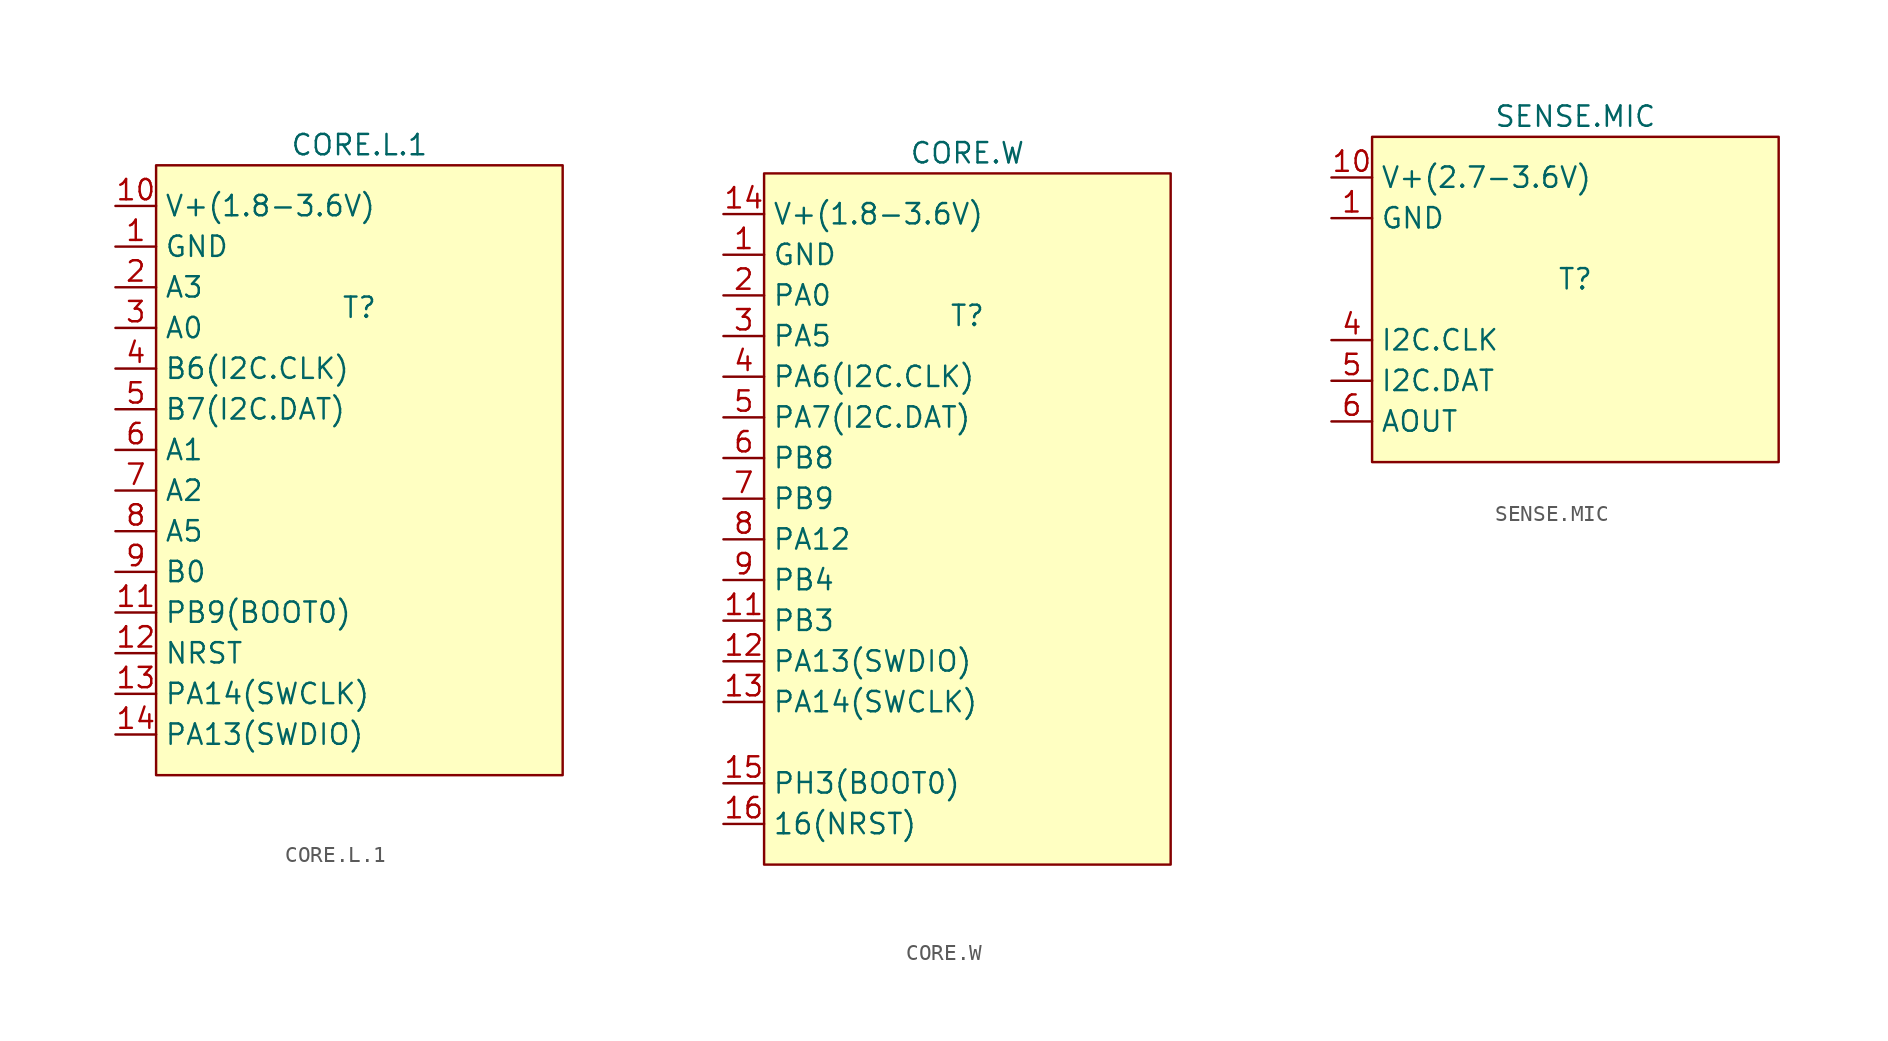
<source format=kicad_sym>
(kicad_symbol_lib
  (version 20241209)
  (generator "kicad_symbol_editor")
  (generator_version "9.0")
  (symbol "CORE.L.1"
    (property "Reference" "T"
      (at 0 0 0)
      (effects (font (size 1.27 1.27))))
    (property "Value" "CORE.L.1"
      (at 0 10.16 0)
      (effects (font (size 1.27 1.27))))
    (symbol "CORE.L.1_1_1"
      (rectangle (start -12.7 8.89) (end 12.7 -29.21) (stroke (width 0) (type solid)) (fill (type background)))
      (pin power_in line (at -15.24 6.35 0) (length 2.54) (name "V+(1.8-3.6V)" (effects (font (size 1.27 1.27)))) (number "10" (effects (font (size 1.27 1.27)))))
      (pin power_in line (at -15.24 3.81 0) (length 2.54) (name "GND" (effects (font (size 1.27 1.27)))) (number "1" (effects (font (size 1.27 1.27)))))
      (pin bidirectional line (at -15.24 1.27 0) (length 2.54) (name "A3" (effects (font (size 1.27 1.27)))) (number "2" (effects (font (size 1.27 1.27)))))
      (pin bidirectional line (at -15.24 -1.27 0) (length 2.54) (name "A0" (effects (font (size 1.27 1.27)))) (number "3" (effects (font (size 1.27 1.27)))))
      (pin bidirectional line (at -15.24 -3.81 0) (length 2.54) (name "B6(I2C.CLK)" (effects (font (size 1.27 1.27)))) (number "4" (effects (font (size 1.27 1.27)))))
      (pin bidirectional line (at -15.24 -6.35 0) (length 2.54) (name "B7(I2C.DAT)" (effects (font (size 1.27 1.27)))) (number "5" (effects (font (size 1.27 1.27)))))
      (pin bidirectional line (at -15.24 -8.89 0) (length 2.54) (name "A1" (effects (font (size 1.27 1.27)))) (number "6" (effects (font (size 1.27 1.27)))))
      (pin bidirectional line (at -15.24 -11.43 0) (length 2.54) (name "A2" (effects (font (size 1.27 1.27)))) (number "7" (effects (font (size 1.27 1.27)))))
      (pin bidirectional line (at -15.24 -13.97 0) (length 2.54) (name "A5" (effects (font (size 1.27 1.27)))) (number "8" (effects (font (size 1.27 1.27)))))
      (pin bidirectional line (at -15.24 -16.51 0) (length 2.54) (name "B0" (effects (font (size 1.27 1.27)))) (number "9" (effects (font (size 1.27 1.27)))))
      (pin bidirectional line (at -15.24 -19.05 0) (length 2.54) (name "PB9(BOOT0)" (effects (font (size 1.27 1.27)))) (number "11" (effects (font (size 1.27 1.27)))))
      (pin input line (at -15.24 -21.59 0) (length 2.54) (name "NRST" (effects (font (size 1.27 1.27)))) (number "12" (effects (font (size 1.27 1.27)))))
      (pin bidirectional line (at -15.24 -24.13 0) (length 2.54) (name "PA14(SWCLK)" (effects (font (size 1.27 1.27)))) (number "13" (effects (font (size 1.27 1.27)))))
      (pin bidirectional line (at -15.24 -26.67 0) (length 2.54) (name "PA13(SWDIO)" (effects (font (size 1.27 1.27)))) (number "14" (effects (font (size 1.27 1.27)))))))
  (symbol "CORE.W"
    (property "Reference" "T"
      (at 0 0 0)
      (effects (font (size 1.27 1.27))))
    (property "Value" "CORE.W"
      (at 0 10.16 0)
      (effects (font (size 1.27 1.27))))
    (symbol "CORE.W_1_1"
      (rectangle (start -12.7 8.89) (end 12.7 -34.29) (stroke (width 0) (type solid)) (fill (type background)))
      (pin power_in line (at -15.24 6.35 0) (length 2.54) (name "V+(1.8-3.6V)" (effects (font (size 1.27 1.27)))) (number "14" (effects (font (size 1.27 1.27)))))
      (pin power_in line (at -15.24 3.81 0) (length 2.54) (name "GND" (effects (font (size 1.27 1.27)))) (number "1" (effects (font (size 1.27 1.27)))))
      (pin bidirectional line (at -15.24 1.27 0) (length 2.54) (name "PA0" (effects (font (size 1.27 1.27)))) (number "2" (effects (font (size 1.27 1.27)))))
      (pin bidirectional line (at -15.24 -1.27 0) (length 2.54) (name "PA5" (effects (font (size 1.27 1.27)))) (number "3" (effects (font (size 1.27 1.27)))))
      (pin bidirectional line (at -15.24 -3.81 0) (length 2.54) (name "PA6(I2C.CLK)" (effects (font (size 1.27 1.27)))) (number "4" (effects (font (size 1.27 1.27)))))
      (pin bidirectional line (at -15.24 -6.35 0) (length 2.54) (name "PA7(I2C.DAT)" (effects (font (size 1.27 1.27)))) (number "5" (effects (font (size 1.27 1.27)))))
      (pin bidirectional line (at -15.24 -8.89 0) (length 2.54) (name "PB8" (effects (font (size 1.27 1.27)))) (number "6" (effects (font (size 1.27 1.27)))))
      (pin bidirectional line (at -15.24 -11.43 0) (length 2.54) (name "PB9" (effects (font (size 1.27 1.27)))) (number "7" (effects (font (size 1.27 1.27)))))
      (pin bidirectional line (at -15.24 -13.97 0) (length 2.54) (name "PA12" (effects (font (size 1.27 1.27)))) (number "8" (effects (font (size 1.27 1.27)))))
      (pin bidirectional line (at -15.24 -16.51 0) (length 2.54) (name "PB4" (effects (font (size 1.27 1.27)))) (number "9" (effects (font (size 1.27 1.27)))))
      (pin bidirectional line (at -15.24 -19.05 0) (length 2.54) (name "PB3" (effects (font (size 1.27 1.27)))) (number "11" (effects (font (size 1.27 1.27)))))
      (pin bidirectional line (at -15.24 -21.59 0) (length 2.54) (name "PA13(SWDIO)" (effects (font (size 1.27 1.27)))) (number "12" (effects (font (size 1.27 1.27)))))
      (pin bidirectional line (at -15.24 -24.13 0) (length 2.54) (name "PA14(SWCLK)" (effects (font (size 1.27 1.27)))) (number "13" (effects (font (size 1.27 1.27)))))
      (pin bidirectional line (at -15.24 -29.21 0) (length 2.54) (name "PH3(BOOT0)" (effects (font (size 1.27 1.27)))) (number "15" (effects (font (size 1.27 1.27)))))
      (pin input line (at -15.24 -31.75 0) (length 2.54) (name "16(NRST)" (effects (font (size 1.27 1.27)))) (number "16" (effects (font (size 1.27 1.27)))))))
  (symbol "SENSE.MIC"
    (property "Reference" "T"
      (at 0 0 0)
      (effects (font (size 1.27 1.27))))
    (property "Value" "SENSE.MIC"
      (at 0 10.16 0)
      (effects (font (size 1.27 1.27))))
    (symbol "SENSE.MIC_1_1"
      (rectangle (start -12.7 8.89) (end 12.7 -11.43) (stroke (width 0) (type solid)) (fill (type background)))
      (pin power_in line (at -15.24 6.35 0) (length 2.54) (name "V+(2.7-3.6V)" (effects (font (size 1.27 1.27)))) (number "10" (effects (font (size 1.27 1.27)))))
      (pin power_in line (at -15.24 3.81 0) (length 2.54) (name "GND" (effects (font (size 1.27 1.27)))) (number "1" (effects (font (size 1.27 1.27)))))
      (pin bidirectional line (at -15.24 -3.81 0) (length 2.54) (name "I2C.CLK" (effects (font (size 1.27 1.27)))) (number "4" (effects (font (size 1.27 1.27)))))
      (pin bidirectional line (at -15.24 -6.35 0) (length 2.54) (name "I2C.DAT" (effects (font (size 1.27 1.27)))) (number "5" (effects (font (size 1.27 1.27)))))
      (pin output line (at -15.24 -8.89 0) (length 2.54) (name "AOUT" (effects (font (size 1.27 1.27)))) (number "6" (effects (font (size 1.27 1.27))))))))
</source>
